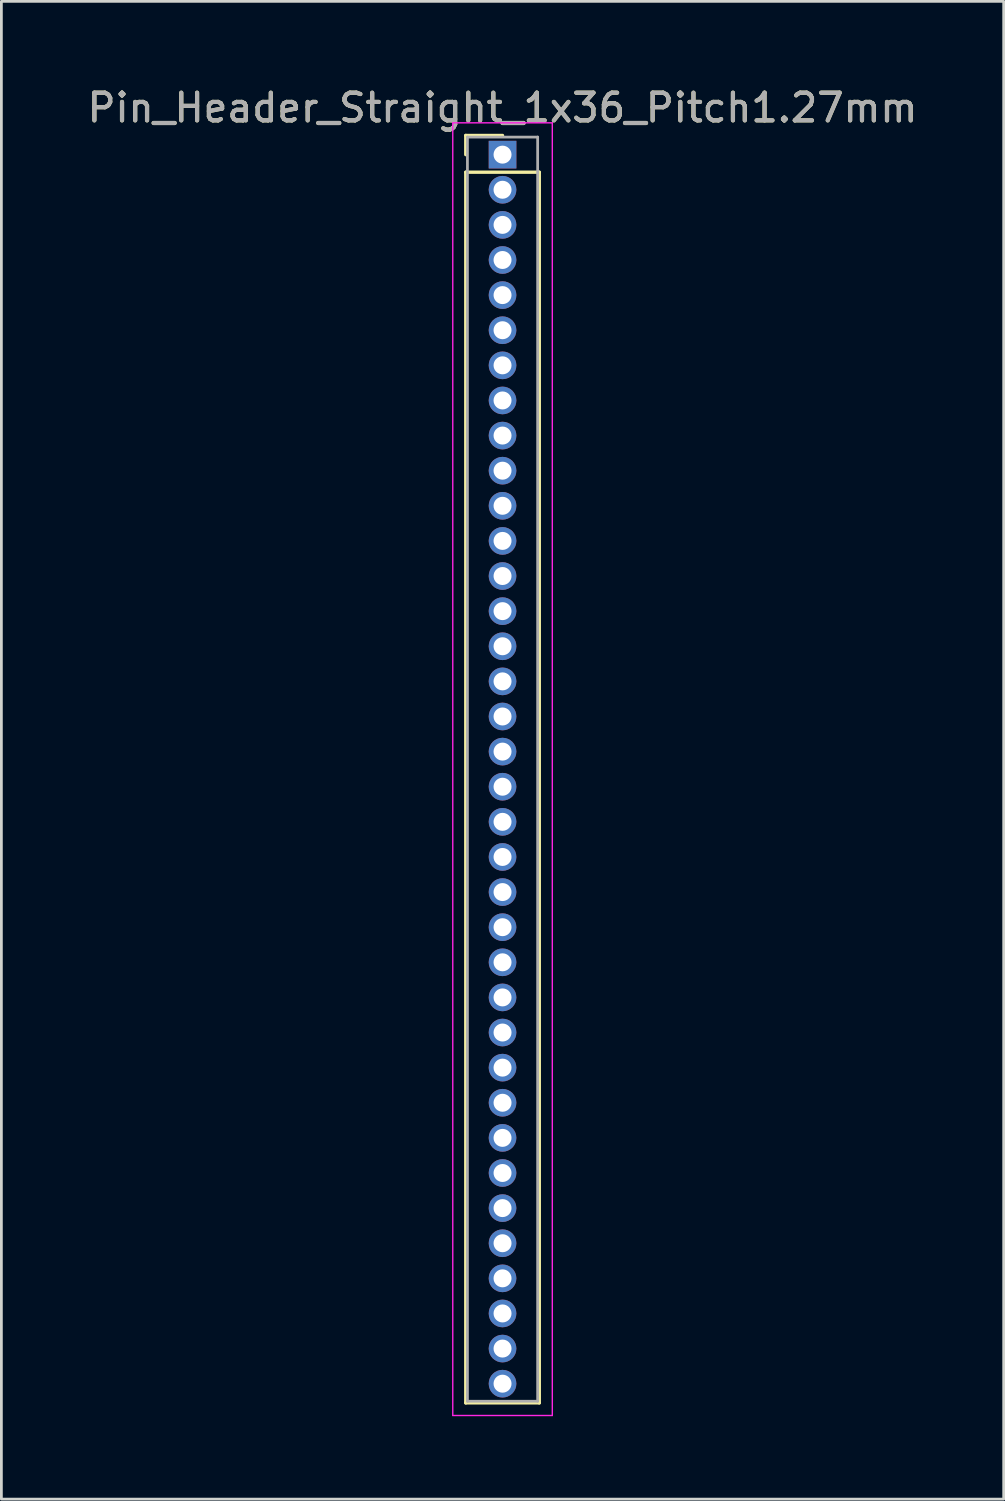
<source format=kicad_pcb>
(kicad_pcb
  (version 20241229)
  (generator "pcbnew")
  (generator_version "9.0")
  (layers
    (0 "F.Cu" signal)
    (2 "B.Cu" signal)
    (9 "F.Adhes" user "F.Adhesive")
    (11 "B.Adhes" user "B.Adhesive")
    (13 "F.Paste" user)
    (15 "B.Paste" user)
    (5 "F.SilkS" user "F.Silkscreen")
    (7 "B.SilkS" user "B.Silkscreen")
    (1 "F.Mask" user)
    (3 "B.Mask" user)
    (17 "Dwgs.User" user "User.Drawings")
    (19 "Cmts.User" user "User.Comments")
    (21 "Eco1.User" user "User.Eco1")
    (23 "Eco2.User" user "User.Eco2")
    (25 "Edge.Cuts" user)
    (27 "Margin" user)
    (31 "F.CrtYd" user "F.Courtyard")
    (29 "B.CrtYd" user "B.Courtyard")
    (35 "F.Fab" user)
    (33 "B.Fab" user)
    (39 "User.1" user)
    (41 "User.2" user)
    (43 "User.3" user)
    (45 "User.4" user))
  (footprint "Pin_Header_Straight_1x36_Pitch1.27mm"
    (layer "F.Cu")
    (at 15.125 2.543)
    (property "Reference" "Pin_Header_Straight_1x36_Pitch1.27mm" (at 0 -1.695 0) (layer "F.SilkS") (effects (font (size 1 1) (thickness 0.15))))
    (attr through_hole)
    (fp_line (start -1.33 -0.695) (end 0 -0.695) (stroke (width 0.12) (type solid)) (layer "F.SilkS"))
    (fp_line (start -1.33 0) (end -1.33 -0.695) (stroke (width 0.12) (type solid)) (layer "F.SilkS"))
    (fp_line (start -1.33 0.635) (end -1.33 45.145) (stroke (width 0.12) (type solid)) (layer "F.SilkS"))
    (fp_line (start -1.33 45.145) (end 1.33 45.145) (stroke (width 0.12) (type solid)) (layer "F.SilkS"))
    (fp_line (start 1.33 0.635) (end -1.33 0.635) (stroke (width 0.12) (type solid)) (layer "F.SilkS"))
    (fp_line (start 1.33 45.145) (end 1.33 0.635) (stroke (width 0.12) (type solid)) (layer "F.SilkS"))
    (fp_line (start -1.8 -1.15) (end -1.8 45.6) (stroke (width 0.05) (type solid)) (layer "F.CrtYd"))
    (fp_line (start -1.8 45.6) (end 1.8 45.6) (stroke (width 0.05) (type solid)) (layer "F.CrtYd"))
    (fp_line (start 1.8 -1.15) (end -1.8 -1.15) (stroke (width 0.05) (type solid)) (layer "F.CrtYd"))
    (fp_line (start 1.8 45.6) (end 1.8 -1.15) (stroke (width 0.05) (type solid)) (layer "F.CrtYd"))
    (fp_line (start -1.27 -0.635) (end -1.27 45.085) (stroke (width 0.1) (type solid)) (layer "F.Fab"))
    (fp_line (start -1.27 45.085) (end 1.27 45.085) (stroke (width 0.1) (type solid)) (layer "F.Fab"))
    (fp_line (start 1.27 -0.635) (end -1.27 -0.635) (stroke (width 0.1) (type solid)) (layer "F.Fab"))
    (fp_line (start 1.27 45.085) (end 1.27 -0.635) (stroke (width 0.1) (type solid)) (layer "F.Fab"))
    (fp_text user "${REFERENCE}" (at 0 -1.695 0) (layer "F.Fab") (effects (font (size 1 1) (thickness 0.15))))
    (pad "1" thru_hole rect (at 0 0) (size 1 1) (drill 0.65) (layers "*.Cu" "*.Mask"))
    (pad "2" thru_hole oval (at 0 1.27) (size 1 1) (drill 0.65) (layers "*.Cu" "*.Mask"))
    (pad "3" thru_hole oval (at 0 2.54) (size 1 1) (drill 0.65) (layers "*.Cu" "*.Mask"))
    (pad "4" thru_hole oval (at 0 3.81) (size 1 1) (drill 0.65) (layers "*.Cu" "*.Mask"))
    (pad "5" thru_hole oval (at 0 5.08) (size 1 1) (drill 0.65) (layers "*.Cu" "*.Mask"))
    (pad "6" thru_hole oval (at 0 6.35) (size 1 1) (drill 0.65) (layers "*.Cu" "*.Mask"))
    (pad "7" thru_hole oval (at 0 7.62) (size 1 1) (drill 0.65) (layers "*.Cu" "*.Mask"))
    (pad "8" thru_hole oval (at 0 8.89) (size 1 1) (drill 0.65) (layers "*.Cu" "*.Mask"))
    (pad "9" thru_hole oval (at 0 10.16) (size 1 1) (drill 0.65) (layers "*.Cu" "*.Mask"))
    (pad "10" thru_hole oval (at 0 11.43) (size 1 1) (drill 0.65) (layers "*.Cu" "*.Mask"))
    (pad "11" thru_hole oval (at 0 12.7) (size 1 1) (drill 0.65) (layers "*.Cu" "*.Mask"))
    (pad "12" thru_hole oval (at 0 13.97) (size 1 1) (drill 0.65) (layers "*.Cu" "*.Mask"))
    (pad "13" thru_hole oval (at 0 15.24) (size 1 1) (drill 0.65) (layers "*.Cu" "*.Mask"))
    (pad "14" thru_hole oval (at 0 16.51) (size 1 1) (drill 0.65) (layers "*.Cu" "*.Mask"))
    (pad "15" thru_hole oval (at 0 17.78) (size 1 1) (drill 0.65) (layers "*.Cu" "*.Mask"))
    (pad "16" thru_hole oval (at 0 19.05) (size 1 1) (drill 0.65) (layers "*.Cu" "*.Mask"))
    (pad "17" thru_hole oval (at 0 20.32) (size 1 1) (drill 0.65) (layers "*.Cu" "*.Mask"))
    (pad "18" thru_hole oval (at 0 21.59) (size 1 1) (drill 0.65) (layers "*.Cu" "*.Mask"))
    (pad "19" thru_hole oval (at 0 22.86) (size 1 1) (drill 0.65) (layers "*.Cu" "*.Mask"))
    (pad "20" thru_hole oval (at 0 24.13) (size 1 1) (drill 0.65) (layers "*.Cu" "*.Mask"))
    (pad "21" thru_hole oval (at 0 25.4) (size 1 1) (drill 0.65) (layers "*.Cu" "*.Mask"))
    (pad "22" thru_hole oval (at 0 26.67) (size 1 1) (drill 0.65) (layers "*.Cu" "*.Mask"))
    (pad "23" thru_hole oval (at 0 27.94) (size 1 1) (drill 0.65) (layers "*.Cu" "*.Mask"))
    (pad "24" thru_hole oval (at 0 29.21) (size 1 1) (drill 0.65) (layers "*.Cu" "*.Mask"))
    (pad "25" thru_hole oval (at 0 30.48) (size 1 1) (drill 0.65) (layers "*.Cu" "*.Mask"))
    (pad "26" thru_hole oval (at 0 31.75) (size 1 1) (drill 0.65) (layers "*.Cu" "*.Mask"))
    (pad "27" thru_hole oval (at 0 33.02) (size 1 1) (drill 0.65) (layers "*.Cu" "*.Mask"))
    (pad "28" thru_hole oval (at 0 34.29) (size 1 1) (drill 0.65) (layers "*.Cu" "*.Mask"))
    (pad "29" thru_hole oval (at 0 35.56) (size 1 1) (drill 0.65) (layers "*.Cu" "*.Mask"))
    (pad "30" thru_hole oval (at 0 36.83) (size 1 1) (drill 0.65) (layers "*.Cu" "*.Mask"))
    (pad "31" thru_hole oval (at 0 38.1) (size 1 1) (drill 0.65) (layers "*.Cu" "*.Mask"))
    (pad "32" thru_hole oval (at 0 39.37) (size 1 1) (drill 0.65) (layers "*.Cu" "*.Mask"))
    (pad "33" thru_hole oval (at 0 40.64) (size 1 1) (drill 0.65) (layers "*.Cu" "*.Mask"))
    (pad "34" thru_hole oval (at 0 41.91) (size 1 1) (drill 0.65) (layers "*.Cu" "*.Mask"))
    (pad "35" thru_hole oval (at 0 43.18) (size 1 1) (drill 0.65) (layers "*.Cu" "*.Mask"))
    (pad "36" thru_hole oval (at 0 44.45) (size 1 1) (drill 0.65) (layers "*.Cu" "*.Mask")))
  (gr_rect
    (start -3 -3)
    (end 33.25 51.168)
    (stroke (width 0.1) (type default))
    (fill no)
    (layer "Edge.Cuts")))
</source>
